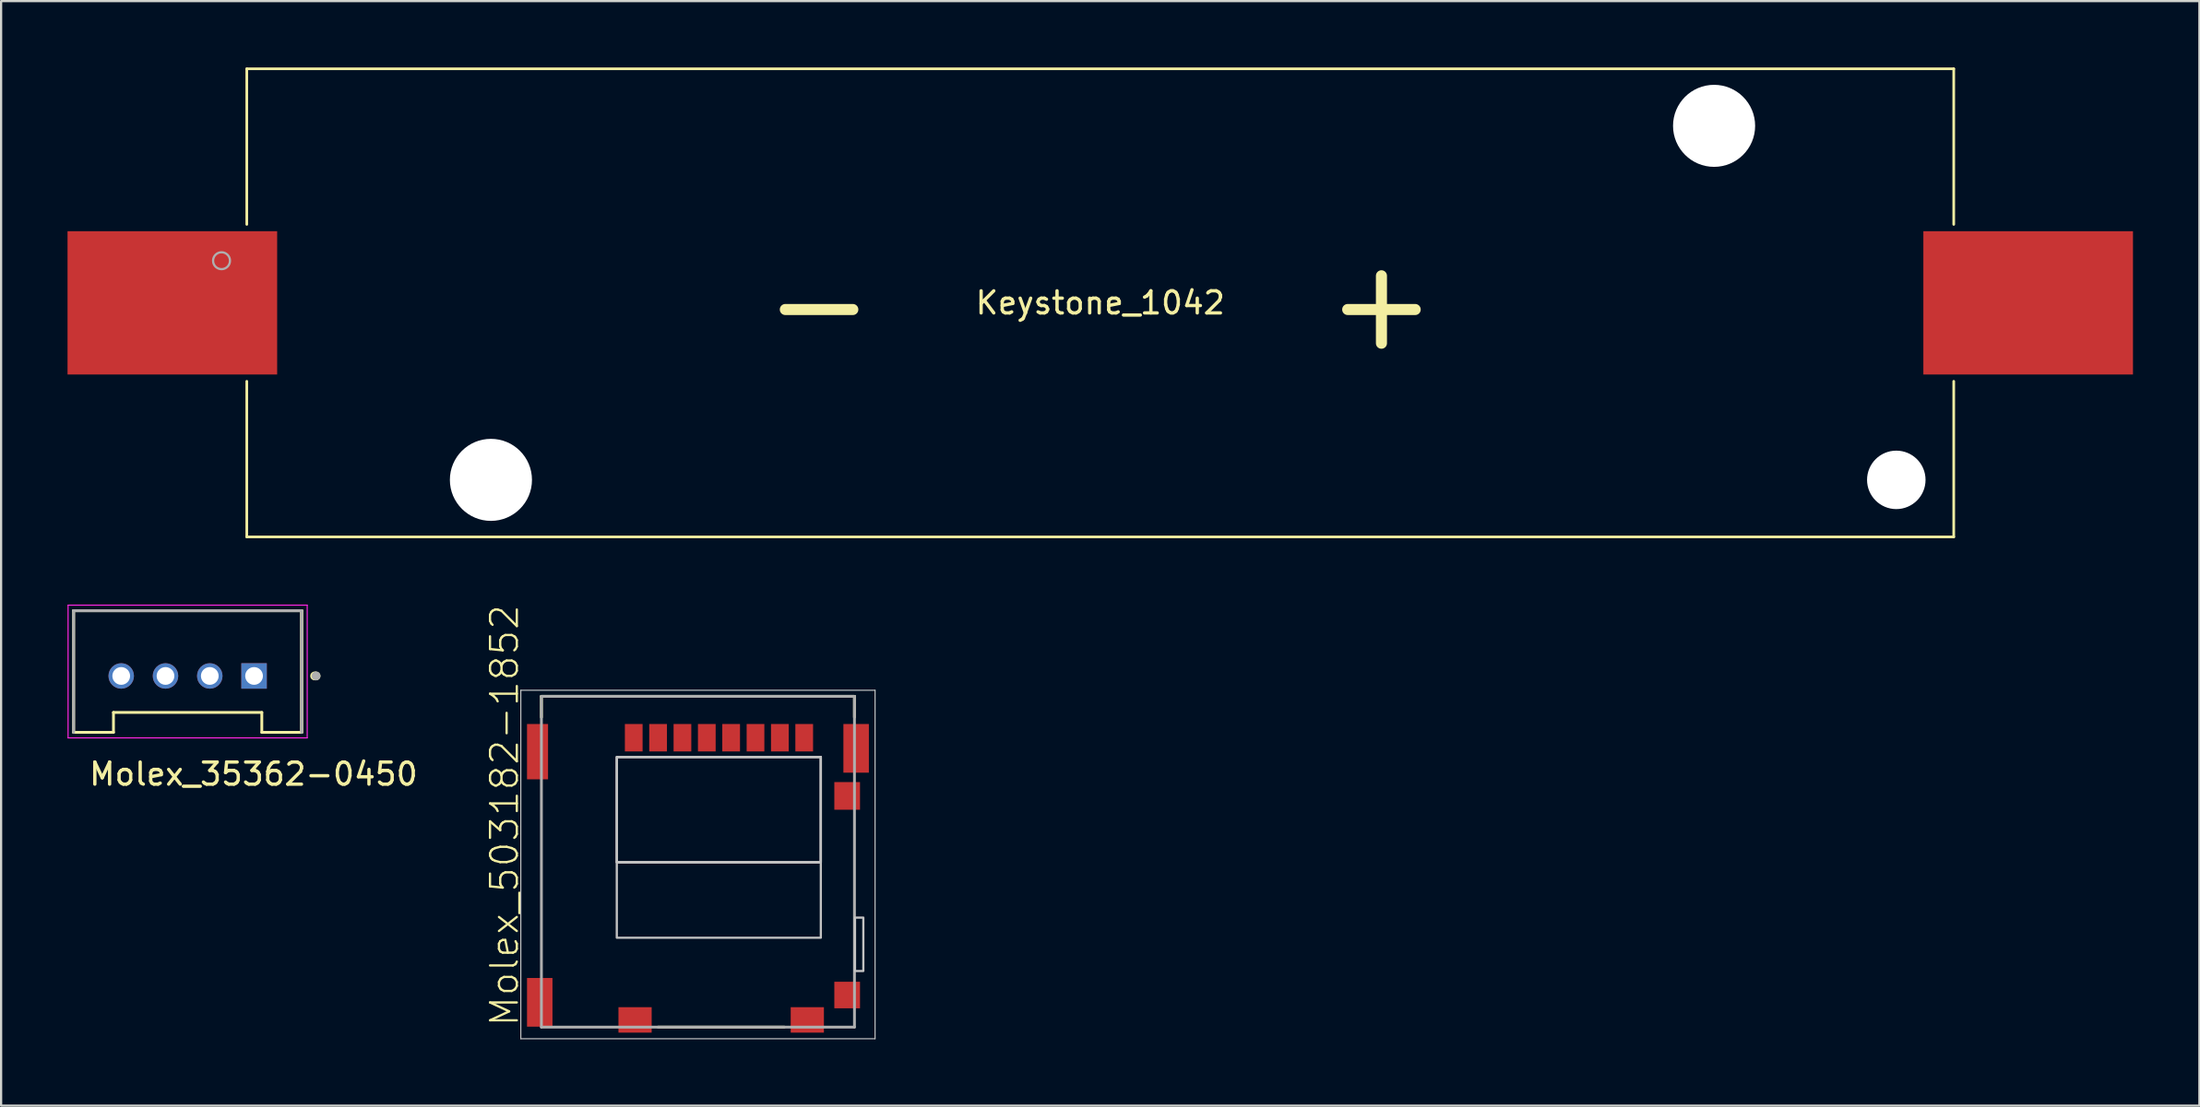
<source format=kicad_pcb>
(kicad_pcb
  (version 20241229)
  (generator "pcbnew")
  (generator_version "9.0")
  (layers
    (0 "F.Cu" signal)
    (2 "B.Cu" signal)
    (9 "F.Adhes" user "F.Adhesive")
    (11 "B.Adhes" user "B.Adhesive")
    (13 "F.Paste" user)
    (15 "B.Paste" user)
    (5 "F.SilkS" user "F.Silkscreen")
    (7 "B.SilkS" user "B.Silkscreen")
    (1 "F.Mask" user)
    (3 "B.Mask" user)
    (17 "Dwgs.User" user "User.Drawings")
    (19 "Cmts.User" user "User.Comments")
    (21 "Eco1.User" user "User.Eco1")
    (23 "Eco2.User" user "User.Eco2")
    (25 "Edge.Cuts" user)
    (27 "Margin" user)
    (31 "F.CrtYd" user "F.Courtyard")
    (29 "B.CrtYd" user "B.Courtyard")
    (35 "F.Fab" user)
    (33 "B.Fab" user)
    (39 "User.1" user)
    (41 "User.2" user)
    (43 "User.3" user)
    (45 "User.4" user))
  (footprint "Molex_35362-0450"
    (layer "F.Cu")
    (at 8.425 27.503)
    (property "Reference" "Molex_35362-0450" (at -0.025 4.435 180) (layer "F.SilkS") (effects (font (size 1 1) (thickness 0.15))))
    (attr through_hole)
    (fp_line (start -8.15 -2.95) (end 2.15 -2.95) (stroke (width 0.127) (type solid)) (layer "F.SilkS"))
    (fp_line (start -8.15 -2.95) (end 2.15 -2.95) (stroke (width 0.127) (type solid)) (layer "F.SilkS"))
    (fp_line (start -8.15 2.55) (end -8.15 -2.95) (stroke (width 0.127) (type solid)) (layer "F.SilkS"))
    (fp_line (start -8.15 2.55) (end -6.35 2.55) (stroke (width 0.127) (type solid)) (layer "F.SilkS"))
    (fp_line (start -6.35 1.65) (end 0.35 1.65) (stroke (width 0.127) (type solid)) (layer "F.SilkS"))
    (fp_line (start -6.35 2.55) (end -6.35 1.65) (stroke (width 0.127) (type solid)) (layer "F.SilkS"))
    (fp_line (start 0.35 1.65) (end 0.35 2.55) (stroke (width 0.127) (type solid)) (layer "F.SilkS"))
    (fp_line (start 0.35 2.55) (end 2.15 2.55) (stroke (width 0.127) (type solid)) (layer "F.SilkS"))
    (fp_line (start 2.15 -2.95) (end 2.15 2.55) (stroke (width 0.127) (type solid)) (layer "F.SilkS"))
    (fp_line (start 2.15 -2.95) (end 2.15 2.55) (stroke (width 0.127) (type solid)) (layer "F.SilkS"))
    (fp_circle (center 2.736 0) (end 2.836 0) (stroke (width 0.2) (type solid)) (fill no) (layer "F.SilkS"))
    (fp_circle (center 2.8 0) (end 2.7 0) (stroke (width 0.2) (type solid)) (fill no) (layer "F.SilkS"))
    (fp_line (start -8.4 -3.2) (end 2.4 -3.2) (stroke (width 0.05) (type solid)) (layer "F.CrtYd"))
    (fp_line (start -8.4 2.8) (end -8.4 -3.2) (stroke (width 0.05) (type solid)) (layer "F.CrtYd"))
    (fp_line (start 2.4 -3.2) (end 2.4 2.8) (stroke (width 0.05) (type solid)) (layer "F.CrtYd"))
    (fp_line (start 2.4 2.8) (end -8.4 2.8) (stroke (width 0.05) (type solid)) (layer "F.CrtYd"))
    (fp_line (start -8.15 -2.95) (end 2.15 -2.95) (stroke (width 0.127) (type solid)) (layer "F.Fab"))
    (fp_line (start -8.15 2.55) (end -8.15 -2.95) (stroke (width 0.127) (type solid)) (layer "F.Fab"))
    (fp_line (start 2.15 -2.95) (end 2.15 2.55) (stroke (width 0.127) (type solid)) (layer "F.Fab"))
    (fp_circle (center 2.8 0) (end 2.7 0) (stroke (width 0.2) (type solid)) (fill no) (layer "F.Fab"))
    (pad "1" thru_hole rect (at 0 0 180) (size 1.15 1.15) (drill 0.8) (layers "*.Cu" "*.Mask"))
    (pad "2" thru_hole circle (at -2 0 180) (size 1.15 1.15) (drill 0.8) (layers "*.Cu" "*.Mask"))
    (pad "3" thru_hole circle (at -4 0 180) (size 1.15 1.15) (drill 0.8) (layers "*.Cu" "*.Mask"))
    (pad "4" thru_hole circle (at -6 0 180) (size 1.15 1.15) (drill 0.8) (layers "*.Cu" "*.Mask")))
  (footprint "Keystone_1042"
    (layer "F.Cu")
    (at 46.644 10.639)
    (property "Reference" "Keystone_1042" (at 0 0 0) (layer "F.SilkS") (effects (font (size 1 1) (thickness 0.15))))
    (attr smd)
    (fp_line (start -38.548 -10.579) (end -38.548 -3.546) (stroke (width 0.12) (type solid)) (layer "F.SilkS"))
    (fp_line (start -38.548 10.579) (end -38.548 3.546) (stroke (width 0.12) (type solid)) (layer "F.SilkS"))
    (fp_line (start -38.548 10.579) (end 38.548 10.579) (stroke (width 0.12) (type solid)) (layer "F.SilkS"))
    (fp_line (start 38.548 -10.579) (end -38.548 -10.579) (stroke (width 0.12) (type solid)) (layer "F.SilkS"))
    (fp_line (start 38.548 -3.546) (end 38.548 -10.579) (stroke (width 0.12) (type solid)) (layer "F.SilkS"))
    (fp_line (start 38.548 10.579) (end 38.548 3.546) (stroke (width 0.12) (type solid)) (layer "F.SilkS"))
    (fp_circle (center -39.688 -1.905) (end -39.306 -1.905) (stroke (width 0.1) (type solid)) (fill no) (layer "F.Fab"))
    (fp_text user "+" (at 12.7 0 0) (layer "F.SilkS") (effects (font (size 4 4) (thickness 0.5))))
    (fp_text user "-" (at -12.7 0 0) (layer "F.SilkS") (effects (font (size 4 4) (thickness 0.5))))
    (fp_text user "Copyright 2021 Accelerated Designs. All rights reserved." (at 0 0 0) (layer "Cmts.User") (effects (font (size 0.127 0.127) (thickness 0.002))))
    (pad "" np_thru_hole circle (at -27.521 8.001) (size 3.708 3.708) (drill 3.708) (layers "*.Cu" "*.Mask"))
    (pad "" np_thru_hole circle (at 27.724 -8.001) (size 3.708 3.708) (drill 3.708) (layers "*.Cu" "*.Mask"))
    (pad "" np_thru_hole circle (at 35.954 8.001) (size 2.642 2.642) (drill 2.642) (layers "*.Cu" "*.Mask"))
    (pad "1" smd rect (at -41.91 0) (size 9.468 6.477) (layers "F.Cu" "F.Mask" "F.Paste"))
    (pad "2" smd rect (at 41.91 0) (size 9.468 6.477) (layers "F.Cu" "F.Mask" "F.Paste")))
  (footprint "Molex_503182-1852"
    (layer "F.Cu")
    (at 28.473 36.025)
    (property "Reference" "Molex_503182-1852" (at -8.027 7.398 90) (layer "F.SilkS") (effects (font (size 1.211 1.211) (thickness 0.102)) (justify left bottom)))
    (attr smd)
    (fp_line (start -7.07 -7.6) (end 7.07 -7.6) (stroke (width 0.127) (type solid)) (layer "F.SilkS"))
    (fp_line (start -7.07 -6.655) (end -7.07 -7.6) (stroke (width 0.127) (type solid)) (layer "F.SilkS"))
    (fp_line (start -1.8 7.35) (end 3.9 7.35) (stroke (width 0.127) (type solid)) (layer "F.SilkS"))
    (fp_line (start 7.07 -7.6) (end 7.07 -6.655) (stroke (width 0.127) (type solid)) (layer "F.SilkS"))
    (fp_line (start -8 -7.875) (end -8 7.875) (stroke (width 0.05) (type solid)) (layer "Dwgs.User"))
    (fp_line (start -8 7.875) (end 8 7.875) (stroke (width 0.05) (type solid)) (layer "Dwgs.User"))
    (fp_line (start 8 -7.875) (end -8 -7.875) (stroke (width 0.05) (type solid)) (layer "Dwgs.User"))
    (fp_line (start 8 7.875) (end 8 -7.875) (stroke (width 0.05) (type solid)) (layer "Dwgs.User"))
    (fp_poly (pts (xy -3.665 3.311) (xy 5.55 3.311) (xy 5.55 -0.1) (xy -3.665 -0.1)) (stroke (width 0.1) (type solid)) (fill no) (layer "Dwgs.User"))
    (fp_poly (pts (xy -3.663 -0.103) (xy 5.55 -0.103) (xy 5.55 -4.86) (xy -3.663 -4.86)) (stroke (width 0.1) (type solid)) (fill no) (layer "Dwgs.User"))
    (fp_poly (pts (xy -3.662 -0.102) (xy 5.55 -0.102) (xy 5.55 -4.86) (xy -3.662 -4.86)) (stroke (width 0.1) (type solid)) (fill no) (layer "Dwgs.User"))
    (fp_poly (pts (xy -3.66 -0.102) (xy 5.55 -0.102) (xy 5.55 -4.86) (xy -3.66 -4.86)) (stroke (width 0.1) (type solid)) (fill no) (layer "Dwgs.User"))
    (fp_poly (pts (xy 7.094 4.814) (xy 7.47 4.814) (xy 7.47 2.4) (xy 7.094 2.4)) (stroke (width 0.1) (type solid)) (fill no) (layer "Dwgs.User"))
    (fp_line (start -7.07 -7.6) (end 7.07 -7.6) (stroke (width 0.127) (type solid)) (layer "F.Fab"))
    (fp_line (start -7.07 7.35) (end -7.07 -7.6) (stroke (width 0.127) (type solid)) (layer "F.Fab"))
    (fp_line (start 7.07 -7.6) (end 7.07 7.35) (stroke (width 0.127) (type solid)) (layer "F.Fab"))
    (fp_line (start 7.07 7.35) (end -7.07 7.35) (stroke (width 0.127) (type solid)) (layer "F.Fab"))
    (pad "1" smd rect (at -2.9 -5.73) (size 0.8 1.24) (layers "F.Cu" "F.Mask" "F.Paste"))
    (pad "2" smd rect (at -1.8 -5.73) (size 0.8 1.24) (layers "F.Cu" "F.Mask" "F.Paste"))
    (pad "3" smd rect (at -0.7 -5.73) (size 0.8 1.24) (layers "F.Cu" "F.Mask" "F.Paste"))
    (pad "4" smd rect (at 0.4 -5.73) (size 0.8 1.24) (layers "F.Cu" "F.Mask" "F.Paste"))
    (pad "5" smd rect (at 1.5 -5.73) (size 0.8 1.24) (layers "F.Cu" "F.Mask" "F.Paste"))
    (pad "6" smd rect (at 2.6 -5.73) (size 0.8 1.24) (layers "F.Cu" "F.Mask" "F.Paste"))
    (pad "7" smd rect (at 3.7 -5.73) (size 0.8 1.24) (layers "F.Cu" "F.Mask" "F.Paste"))
    (pad "8" smd rect (at 4.8 -5.73) (size 0.8 1.24) (layers "F.Cu" "F.Mask" "F.Paste"))
    (pad "DT" smd rect (at 6.74 5.9) (size 1.16 1.2) (layers "F.Cu" "F.Mask" "F.Paste"))
    (pad "P1" smd rect (at -7.245 -5.1) (size 0.95 2.5) (layers "F.Cu" "F.Mask" "F.Paste"))
    (pad "P2" smd rect (at 7.145 -5.25) (size 1.15 2.2) (layers "F.Cu" "F.Mask" "F.Paste"))
    (pad "P3" smd rect (at -7.145 6.23) (size 1.15 2.2) (layers "F.Cu" "F.Mask" "F.Paste"))
    (pad "P4" smd rect (at -2.84 7.025) (size 1.5 1.15) (layers "F.Cu" "F.Mask" "F.Paste"))
    (pad "P5" smd rect (at 4.94 7.025) (size 1.5 1.15) (layers "F.Cu" "F.Mask" "F.Paste"))
    (pad "SW" smd rect (at 6.74 -3.1) (size 1.16 1.25) (layers "F.Cu" "F.Mask" "F.Paste")))
  (gr_rect
    (start -3 -3)
    (end 96.288 46.925)
    (stroke (width 0.1) (type default))
    (fill no)
    (layer "Edge.Cuts")))
</source>
